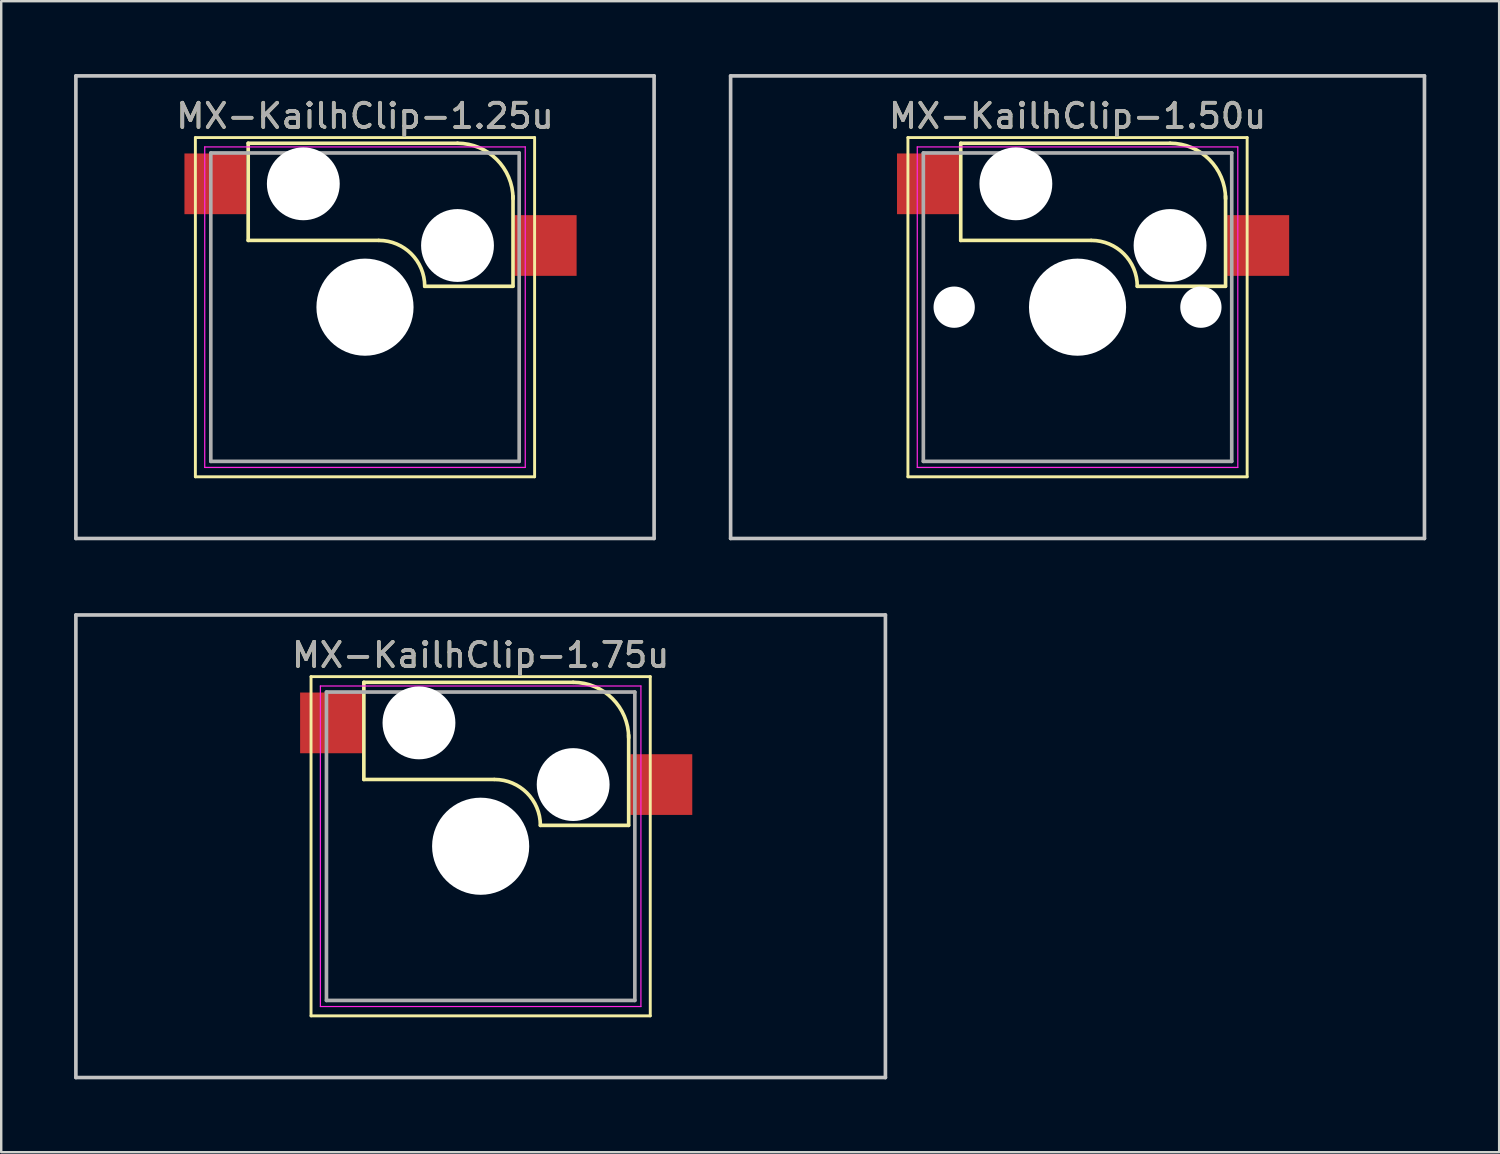
<source format=kicad_pcb>
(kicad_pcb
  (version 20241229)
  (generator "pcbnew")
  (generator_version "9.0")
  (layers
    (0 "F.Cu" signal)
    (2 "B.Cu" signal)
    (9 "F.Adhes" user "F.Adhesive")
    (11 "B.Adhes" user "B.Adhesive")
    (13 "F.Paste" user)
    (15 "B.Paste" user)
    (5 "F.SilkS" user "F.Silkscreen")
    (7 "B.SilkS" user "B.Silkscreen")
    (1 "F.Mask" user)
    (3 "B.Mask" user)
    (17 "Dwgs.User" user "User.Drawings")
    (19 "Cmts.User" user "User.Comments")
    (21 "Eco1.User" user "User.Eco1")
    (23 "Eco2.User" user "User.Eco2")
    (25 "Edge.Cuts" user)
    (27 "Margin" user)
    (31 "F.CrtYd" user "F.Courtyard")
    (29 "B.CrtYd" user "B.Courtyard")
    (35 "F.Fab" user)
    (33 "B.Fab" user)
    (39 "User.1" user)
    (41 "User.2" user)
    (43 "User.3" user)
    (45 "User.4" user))
  (footprint "MX-KailhClip-1.50u"
    (layer "F.Cu")
    (at 41.325 9.6)
    (property "Reference" "MX-KailhClip-1.50u" (at 0 -7.874 0) (layer "F.SilkS") (effects (font (size 1 1) (thickness 0.15))))
    (attr through_hole)
    (fp_line (start -6.985 -6.985) (end 6.985 -6.985) (stroke (width 0.12) (type solid)) (layer "F.SilkS"))
    (fp_line (start -6.985 6.985) (end -6.985 -6.985) (stroke (width 0.12) (type solid)) (layer "F.SilkS"))
    (fp_line (start -4.81 -6.75) (end -4.81 -2.75) (stroke (width 0.15) (type solid)) (layer "F.SilkS"))
    (fp_line (start -4.81 -6.75) (end 3.81 -6.75) (stroke (width 0.15) (type solid)) (layer "F.SilkS"))
    (fp_line (start -4.81 -2.75) (end 0.55 -2.75) (stroke (width 0.15) (type solid)) (layer "F.SilkS"))
    (fp_line (start 6.088 -0.86) (end 2.46 -0.86) (stroke (width 0.15) (type solid)) (layer "F.SilkS"))
    (fp_line (start 6.096 -4.572) (end 6.096 -0.86) (stroke (width 0.15) (type solid)) (layer "F.SilkS"))
    (fp_line (start 6.985 -6.985) (end 6.985 6.985) (stroke (width 0.12) (type solid)) (layer "F.SilkS"))
    (fp_line (start 6.985 6.985) (end -6.985 6.985) (stroke (width 0.12) (type solid)) (layer "F.SilkS"))
    (fp_arc (start 0.57 -2.75) (mid 1.906432 -2.196432) (end 2.46 -0.86) (stroke (width 0.15) (type solid)) (layer "F.SilkS"))
    (fp_arc (start 3.81 -6.751) (mid 5.426446 -6.081446) (end 6.096 -4.465) (stroke (width 0.15) (type solid)) (layer "F.SilkS"))
    (fp_line (start -14.287 -9.525) (end 14.287 -9.525) (stroke (width 0.15) (type solid)) (layer "Dwgs.User"))
    (fp_line (start -14.287 9.525) (end -14.287 -9.525) (stroke (width 0.15) (type solid)) (layer "Dwgs.User"))
    (fp_line (start 14.287 -9.525) (end 14.287 9.525) (stroke (width 0.15) (type solid)) (layer "Dwgs.User"))
    (fp_line (start 14.287 9.525) (end -14.287 9.525) (stroke (width 0.15) (type solid)) (layer "Dwgs.User"))
    (fp_line (start -6.6 -6.6) (end 6.6 -6.6) (stroke (width 0.05) (type solid)) (layer "F.CrtYd"))
    (fp_line (start -6.6 6.6) (end -6.6 -6.6) (stroke (width 0.05) (type solid)) (layer "F.CrtYd"))
    (fp_line (start 6.6 -6.6) (end 6.6 6.6) (stroke (width 0.05) (type solid)) (layer "F.CrtYd"))
    (fp_line (start 6.6 6.6) (end -6.6 6.6) (stroke (width 0.05) (type solid)) (layer "F.CrtYd"))
    (fp_line (start -6.35 -6.35) (end 6.35 -6.35) (stroke (width 0.15) (type solid)) (layer "F.Fab"))
    (fp_line (start -6.35 6.35) (end -6.35 -6.35) (stroke (width 0.15) (type solid)) (layer "F.Fab"))
    (fp_line (start 6.35 -6.35) (end 6.35 6.35) (stroke (width 0.15) (type solid)) (layer "F.Fab"))
    (fp_line (start 6.35 6.35) (end -6.35 6.35) (stroke (width 0.15) (type solid)) (layer "F.Fab"))
    (fp_text user "${REFERENCE}" (at 0 -7.874 0) (layer "F.Fab") (effects (font (size 1 1) (thickness 0.15))))
    (pad "" np_thru_hole circle (at -5.08 0) (size 1.7 1.7) (drill 1.7) (layers "*.Cu" "*.Mask"))
    (pad "" np_thru_hole circle (at -2.54 -5.08) (size 3 3) (drill 3) (layers "*.Cu" "*.Mask"))
    (pad "" np_thru_hole circle (at 0 0) (size 4 4) (drill 4) (layers "*.Cu" "*.Mask"))
    (pad "" np_thru_hole circle (at 3.81 -2.54) (size 3 3) (drill 3) (layers "*.Cu" "*.Mask"))
    (pad "" np_thru_hole circle (at 5.08 0) (size 1.7 1.7) (drill 1.7) (layers "*.Cu" "*.Mask"))
    (pad "1" smd rect (at -6.16 -5.08) (size 2.55 2.5) (layers "F.Cu" "F.Mask" "F.Paste"))
    (pad "2" smd rect (at 7.44 -2.54) (size 2.55 2.5) (layers "F.Cu" "F.Mask" "F.Paste")))
  (footprint "MX-KailhClip-1.25u"
    (layer "F.Cu")
    (at 11.981 9.6)
    (property "Reference" "MX-KailhClip-1.25u" (at 0 -7.874 0) (layer "F.SilkS") (effects (font (size 1 1) (thickness 0.15))))
    (attr through_hole)
    (fp_line (start -6.985 -6.985) (end 6.985 -6.985) (stroke (width 0.12) (type solid)) (layer "F.SilkS"))
    (fp_line (start -6.985 6.985) (end -6.985 -6.985) (stroke (width 0.12) (type solid)) (layer "F.SilkS"))
    (fp_line (start -4.81 -6.75) (end -4.81 -2.75) (stroke (width 0.15) (type solid)) (layer "F.SilkS"))
    (fp_line (start -4.81 -6.75) (end 3.81 -6.75) (stroke (width 0.15) (type solid)) (layer "F.SilkS"))
    (fp_line (start -4.81 -2.75) (end 0.55 -2.75) (stroke (width 0.15) (type solid)) (layer "F.SilkS"))
    (fp_line (start 6.088 -0.86) (end 2.46 -0.86) (stroke (width 0.15) (type solid)) (layer "F.SilkS"))
    (fp_line (start 6.096 -4.572) (end 6.096 -0.86) (stroke (width 0.15) (type solid)) (layer "F.SilkS"))
    (fp_line (start 6.985 -6.985) (end 6.985 6.985) (stroke (width 0.12) (type solid)) (layer "F.SilkS"))
    (fp_line (start 6.985 6.985) (end -6.985 6.985) (stroke (width 0.12) (type solid)) (layer "F.SilkS"))
    (fp_arc (start 0.57 -2.75) (mid 1.906432 -2.196432) (end 2.46 -0.86) (stroke (width 0.15) (type solid)) (layer "F.SilkS"))
    (fp_arc (start 3.81 -6.751) (mid 5.426446 -6.081446) (end 6.096 -4.465) (stroke (width 0.15) (type solid)) (layer "F.SilkS"))
    (fp_line (start -11.906 -9.525) (end 11.906 -9.525) (stroke (width 0.15) (type solid)) (layer "Dwgs.User"))
    (fp_line (start -11.906 9.525) (end -11.906 -9.525) (stroke (width 0.15) (type solid)) (layer "Dwgs.User"))
    (fp_line (start 11.906 -9.525) (end 11.906 9.525) (stroke (width 0.15) (type solid)) (layer "Dwgs.User"))
    (fp_line (start 11.906 9.525) (end -11.906 9.525) (stroke (width 0.15) (type solid)) (layer "Dwgs.User"))
    (fp_line (start -6.6 -6.6) (end 6.6 -6.6) (stroke (width 0.05) (type solid)) (layer "F.CrtYd"))
    (fp_line (start -6.6 6.6) (end -6.6 -6.6) (stroke (width 0.05) (type solid)) (layer "F.CrtYd"))
    (fp_line (start 6.6 -6.6) (end 6.6 6.6) (stroke (width 0.05) (type solid)) (layer "F.CrtYd"))
    (fp_line (start 6.6 6.6) (end -6.6 6.6) (stroke (width 0.05) (type solid)) (layer "F.CrtYd"))
    (fp_line (start -6.35 -6.35) (end 6.35 -6.35) (stroke (width 0.15) (type solid)) (layer "F.Fab"))
    (fp_line (start -6.35 6.35) (end -6.35 -6.35) (stroke (width 0.15) (type solid)) (layer "F.Fab"))
    (fp_line (start 6.35 -6.35) (end 6.35 6.35) (stroke (width 0.15) (type solid)) (layer "F.Fab"))
    (fp_line (start 6.35 6.35) (end -6.35 6.35) (stroke (width 0.15) (type solid)) (layer "F.Fab"))
    (fp_text user "${REFERENCE}" (at 0 -7.874 0) (layer "F.Fab") (effects (font (size 1 1) (thickness 0.15))))
    (pad "" np_thru_hole circle (at -2.54 -5.08) (size 3 3) (drill 3) (layers "*.Cu" "*.Mask"))
    (pad "" np_thru_hole circle (at 0 0) (size 4 4) (drill 4) (layers "*.Cu" "*.Mask"))
    (pad "" np_thru_hole circle (at 3.81 -2.54) (size 3 3) (drill 3) (layers "*.Cu" "*.Mask"))
    (pad "1" smd rect (at -6.16 -5.08) (size 2.55 2.5) (layers "F.Cu" "F.Mask" "F.Paste"))
    (pad "2" smd rect (at 7.44 -2.54) (size 2.55 2.5) (layers "F.Cu" "F.Mask" "F.Paste")))
  (footprint "MX-KailhClip-1.75u"
    (layer "F.Cu")
    (at 16.744 31.8)
    (property "Reference" "MX-KailhClip-1.75u" (at 0 -7.874 0) (layer "F.SilkS") (effects (font (size 1 1) (thickness 0.15))))
    (attr through_hole)
    (fp_line (start -6.985 -6.985) (end 6.985 -6.985) (stroke (width 0.12) (type solid)) (layer "F.SilkS"))
    (fp_line (start -6.985 6.985) (end -6.985 -6.985) (stroke (width 0.12) (type solid)) (layer "F.SilkS"))
    (fp_line (start -4.81 -6.75) (end -4.81 -2.75) (stroke (width 0.15) (type solid)) (layer "F.SilkS"))
    (fp_line (start -4.81 -6.75) (end 3.81 -6.75) (stroke (width 0.15) (type solid)) (layer "F.SilkS"))
    (fp_line (start -4.81 -2.75) (end 0.55 -2.75) (stroke (width 0.15) (type solid)) (layer "F.SilkS"))
    (fp_line (start 6.088 -0.86) (end 2.46 -0.86) (stroke (width 0.15) (type solid)) (layer "F.SilkS"))
    (fp_line (start 6.096 -4.572) (end 6.096 -0.86) (stroke (width 0.15) (type solid)) (layer "F.SilkS"))
    (fp_line (start 6.985 -6.985) (end 6.985 6.985) (stroke (width 0.12) (type solid)) (layer "F.SilkS"))
    (fp_line (start 6.985 6.985) (end -6.985 6.985) (stroke (width 0.12) (type solid)) (layer "F.SilkS"))
    (fp_arc (start 0.57 -2.75) (mid 1.906432 -2.196432) (end 2.46 -0.86) (stroke (width 0.15) (type solid)) (layer "F.SilkS"))
    (fp_arc (start 3.81 -6.751) (mid 5.426446 -6.081446) (end 6.096 -4.465) (stroke (width 0.15) (type solid)) (layer "F.SilkS"))
    (fp_line (start -16.669 -9.525) (end 16.669 -9.525) (stroke (width 0.15) (type solid)) (layer "Dwgs.User"))
    (fp_line (start -16.669 9.525) (end -16.669 -9.525) (stroke (width 0.15) (type solid)) (layer "Dwgs.User"))
    (fp_line (start 16.669 -9.525) (end 16.669 9.525) (stroke (width 0.15) (type solid)) (layer "Dwgs.User"))
    (fp_line (start 16.669 9.525) (end -16.669 9.525) (stroke (width 0.15) (type solid)) (layer "Dwgs.User"))
    (fp_line (start -6.6 -6.6) (end 6.6 -6.6) (stroke (width 0.05) (type solid)) (layer "F.CrtYd"))
    (fp_line (start -6.6 6.6) (end -6.6 -6.6) (stroke (width 0.05) (type solid)) (layer "F.CrtYd"))
    (fp_line (start 6.6 -6.6) (end 6.6 6.6) (stroke (width 0.05) (type solid)) (layer "F.CrtYd"))
    (fp_line (start 6.6 6.6) (end -6.6 6.6) (stroke (width 0.05) (type solid)) (layer "F.CrtYd"))
    (fp_line (start -6.35 -6.35) (end 6.35 -6.35) (stroke (width 0.15) (type solid)) (layer "F.Fab"))
    (fp_line (start -6.35 6.35) (end -6.35 -6.35) (stroke (width 0.15) (type solid)) (layer "F.Fab"))
    (fp_line (start 6.35 -6.35) (end 6.35 6.35) (stroke (width 0.15) (type solid)) (layer "F.Fab"))
    (fp_line (start 6.35 6.35) (end -6.35 6.35) (stroke (width 0.15) (type solid)) (layer "F.Fab"))
    (fp_text user "${REFERENCE}" (at 0 -7.874 0) (layer "F.Fab") (effects (font (size 1 1) (thickness 0.15))))
    (pad "" np_thru_hole circle (at -2.54 -5.08) (size 3 3) (drill 3) (layers "*.Cu" "*.Mask"))
    (pad "" np_thru_hole circle (at 0 0) (size 4 4) (drill 4) (layers "*.Cu" "*.Mask"))
    (pad "" np_thru_hole circle (at 3.81 -2.54) (size 3 3) (drill 3) (layers "*.Cu" "*.Mask"))
    (pad "1" smd rect (at -6.16 -5.08) (size 2.55 2.5) (layers "F.Cu" "F.Mask" "F.Paste"))
    (pad "2" smd rect (at 7.44 -2.54) (size 2.55 2.5) (layers "F.Cu" "F.Mask" "F.Paste")))
  (gr_rect
    (start -3 -3)
    (end 58.688 44.4)
    (stroke (width 0.1) (type default))
    (fill no)
    (layer "Edge.Cuts")))
</source>
